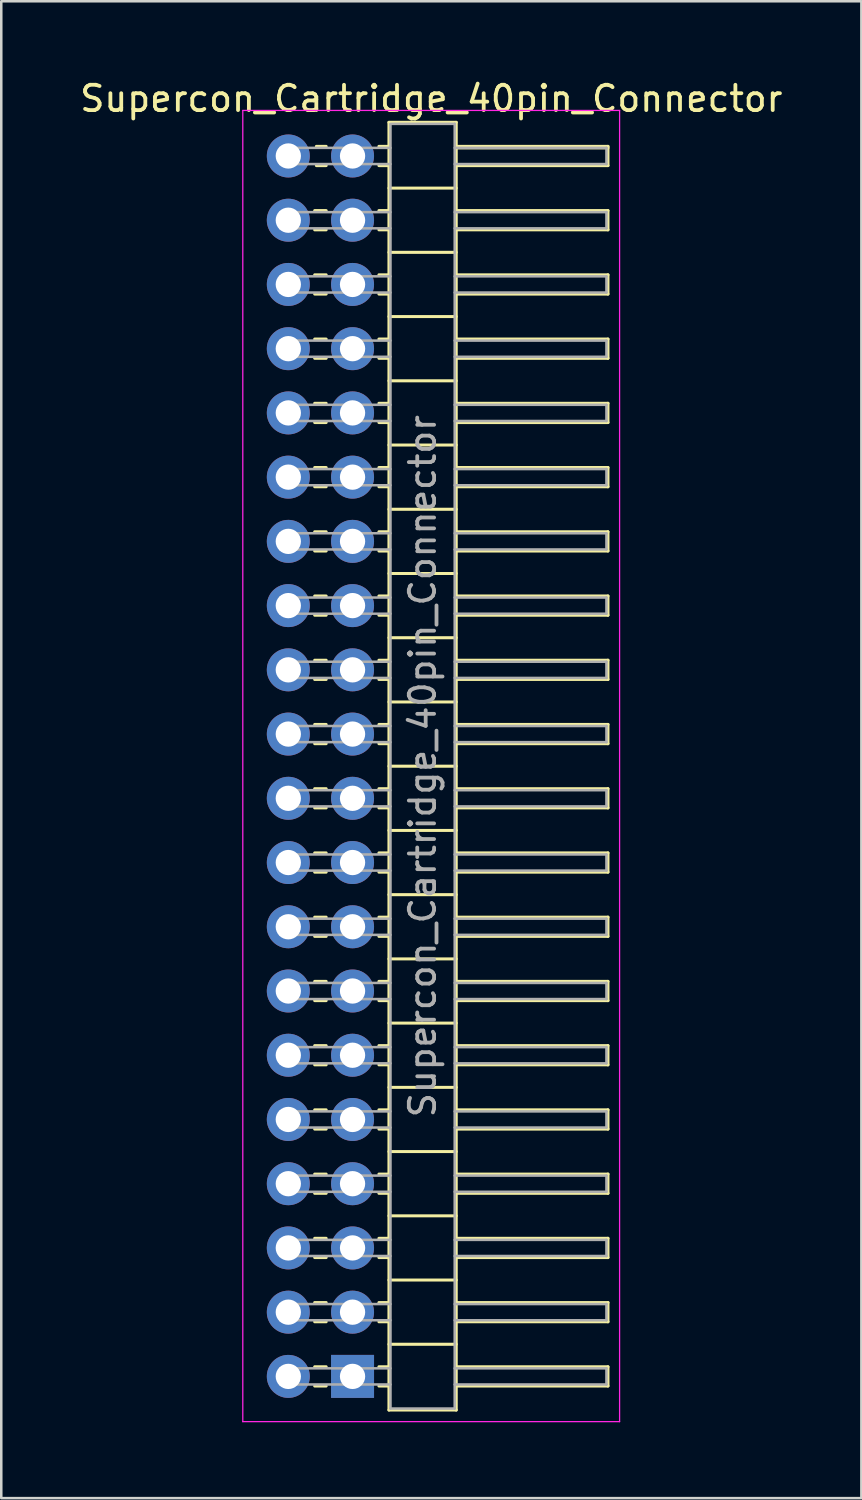
<source format=kicad_pcb>
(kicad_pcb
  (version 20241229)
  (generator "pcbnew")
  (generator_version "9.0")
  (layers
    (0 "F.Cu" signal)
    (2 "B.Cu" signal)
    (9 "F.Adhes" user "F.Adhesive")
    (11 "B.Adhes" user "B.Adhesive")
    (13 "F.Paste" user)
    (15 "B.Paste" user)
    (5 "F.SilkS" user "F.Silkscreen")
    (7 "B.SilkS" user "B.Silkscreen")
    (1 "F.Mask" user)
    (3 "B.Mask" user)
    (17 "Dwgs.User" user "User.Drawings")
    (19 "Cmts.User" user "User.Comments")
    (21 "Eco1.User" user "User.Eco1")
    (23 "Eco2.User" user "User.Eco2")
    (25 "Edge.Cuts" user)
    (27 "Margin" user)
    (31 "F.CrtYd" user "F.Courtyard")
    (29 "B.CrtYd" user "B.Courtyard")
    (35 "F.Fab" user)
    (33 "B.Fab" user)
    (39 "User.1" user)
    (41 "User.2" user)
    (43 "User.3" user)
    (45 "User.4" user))
  (footprint "Supercon_Cartridge_40pin_Connector"
    (layer "F.Cu")
    (at 8.351 3.118)
    (property "Reference" "Supercon_Cartridge_40pin_Connector" (at 5.655 -2.27 0) (layer "F.SilkS") (effects (font (size 1 1) (thickness 0.15))))
    (attr through_hole)
    (fp_line (start 1.043 2.16) (end 1.497 2.16) (stroke (width 0.12) (type solid)) (layer "F.SilkS"))
    (fp_line (start 1.043 2.92) (end 1.497 2.92) (stroke (width 0.12) (type solid)) (layer "F.SilkS"))
    (fp_line (start 1.043 4.7) (end 1.497 4.7) (stroke (width 0.12) (type solid)) (layer "F.SilkS"))
    (fp_line (start 1.043 5.46) (end 1.497 5.46) (stroke (width 0.12) (type solid)) (layer "F.SilkS"))
    (fp_line (start 1.043 7.24) (end 1.497 7.24) (stroke (width 0.12) (type solid)) (layer "F.SilkS"))
    (fp_line (start 1.043 8) (end 1.497 8) (stroke (width 0.12) (type solid)) (layer "F.SilkS"))
    (fp_line (start 1.043 9.78) (end 1.497 9.78) (stroke (width 0.12) (type solid)) (layer "F.SilkS"))
    (fp_line (start 1.043 10.54) (end 1.497 10.54) (stroke (width 0.12) (type solid)) (layer "F.SilkS"))
    (fp_line (start 1.043 12.32) (end 1.497 12.32) (stroke (width 0.12) (type solid)) (layer "F.SilkS"))
    (fp_line (start 1.043 13.08) (end 1.497 13.08) (stroke (width 0.12) (type solid)) (layer "F.SilkS"))
    (fp_line (start 1.043 14.86) (end 1.497 14.86) (stroke (width 0.12) (type solid)) (layer "F.SilkS"))
    (fp_line (start 1.043 15.62) (end 1.497 15.62) (stroke (width 0.12) (type solid)) (layer "F.SilkS"))
    (fp_line (start 1.043 17.4) (end 1.497 17.4) (stroke (width 0.12) (type solid)) (layer "F.SilkS"))
    (fp_line (start 1.043 18.16) (end 1.497 18.16) (stroke (width 0.12) (type solid)) (layer "F.SilkS"))
    (fp_line (start 1.043 19.94) (end 1.497 19.94) (stroke (width 0.12) (type solid)) (layer "F.SilkS"))
    (fp_line (start 1.043 20.7) (end 1.497 20.7) (stroke (width 0.12) (type solid)) (layer "F.SilkS"))
    (fp_line (start 1.043 22.48) (end 1.497 22.48) (stroke (width 0.12) (type solid)) (layer "F.SilkS"))
    (fp_line (start 1.043 23.24) (end 1.497 23.24) (stroke (width 0.12) (type solid)) (layer "F.SilkS"))
    (fp_line (start 1.043 25.02) (end 1.497 25.02) (stroke (width 0.12) (type solid)) (layer "F.SilkS"))
    (fp_line (start 1.043 25.78) (end 1.497 25.78) (stroke (width 0.12) (type solid)) (layer "F.SilkS"))
    (fp_line (start 1.043 27.56) (end 1.497 27.56) (stroke (width 0.12) (type solid)) (layer "F.SilkS"))
    (fp_line (start 1.043 28.32) (end 1.497 28.32) (stroke (width 0.12) (type solid)) (layer "F.SilkS"))
    (fp_line (start 1.043 30.1) (end 1.497 30.1) (stroke (width 0.12) (type solid)) (layer "F.SilkS"))
    (fp_line (start 1.043 30.86) (end 1.497 30.86) (stroke (width 0.12) (type solid)) (layer "F.SilkS"))
    (fp_line (start 1.043 32.64) (end 1.497 32.64) (stroke (width 0.12) (type solid)) (layer "F.SilkS"))
    (fp_line (start 1.043 33.4) (end 1.497 33.4) (stroke (width 0.12) (type solid)) (layer "F.SilkS"))
    (fp_line (start 1.043 35.18) (end 1.497 35.18) (stroke (width 0.12) (type solid)) (layer "F.SilkS"))
    (fp_line (start 1.043 35.94) (end 1.497 35.94) (stroke (width 0.12) (type solid)) (layer "F.SilkS"))
    (fp_line (start 1.043 37.72) (end 1.497 37.72) (stroke (width 0.12) (type solid)) (layer "F.SilkS"))
    (fp_line (start 1.043 38.48) (end 1.497 38.48) (stroke (width 0.12) (type solid)) (layer "F.SilkS"))
    (fp_line (start 1.043 40.26) (end 1.497 40.26) (stroke (width 0.12) (type solid)) (layer "F.SilkS"))
    (fp_line (start 1.043 41.02) (end 1.497 41.02) (stroke (width 0.12) (type solid)) (layer "F.SilkS"))
    (fp_line (start 1.043 42.8) (end 1.497 42.8) (stroke (width 0.12) (type solid)) (layer "F.SilkS"))
    (fp_line (start 1.043 43.56) (end 1.497 43.56) (stroke (width 0.12) (type solid)) (layer "F.SilkS"))
    (fp_line (start 1.043 45.34) (end 1.497 45.34) (stroke (width 0.12) (type solid)) (layer "F.SilkS"))
    (fp_line (start 1.043 46.1) (end 1.497 46.1) (stroke (width 0.12) (type solid)) (layer "F.SilkS"))
    (fp_line (start 1.043 47.88) (end 1.497 47.88) (stroke (width 0.12) (type solid)) (layer "F.SilkS"))
    (fp_line (start 1.043 48.64) (end 1.497 48.64) (stroke (width 0.12) (type solid)) (layer "F.SilkS"))
    (fp_line (start 1.11 -0.38) (end 1.497 -0.38) (stroke (width 0.12) (type solid)) (layer "F.SilkS"))
    (fp_line (start 1.11 0.38) (end 1.497 0.38) (stroke (width 0.12) (type solid)) (layer "F.SilkS"))
    (fp_line (start 3.583 -0.38) (end 3.98 -0.38) (stroke (width 0.12) (type solid)) (layer "F.SilkS"))
    (fp_line (start 3.583 0.38) (end 3.98 0.38) (stroke (width 0.12) (type solid)) (layer "F.SilkS"))
    (fp_line (start 3.583 2.16) (end 3.98 2.16) (stroke (width 0.12) (type solid)) (layer "F.SilkS"))
    (fp_line (start 3.583 2.92) (end 3.98 2.92) (stroke (width 0.12) (type solid)) (layer "F.SilkS"))
    (fp_line (start 3.583 4.7) (end 3.98 4.7) (stroke (width 0.12) (type solid)) (layer "F.SilkS"))
    (fp_line (start 3.583 5.46) (end 3.98 5.46) (stroke (width 0.12) (type solid)) (layer "F.SilkS"))
    (fp_line (start 3.583 7.24) (end 3.98 7.24) (stroke (width 0.12) (type solid)) (layer "F.SilkS"))
    (fp_line (start 3.583 8) (end 3.98 8) (stroke (width 0.12) (type solid)) (layer "F.SilkS"))
    (fp_line (start 3.583 9.78) (end 3.98 9.78) (stroke (width 0.12) (type solid)) (layer "F.SilkS"))
    (fp_line (start 3.583 10.54) (end 3.98 10.54) (stroke (width 0.12) (type solid)) (layer "F.SilkS"))
    (fp_line (start 3.583 12.32) (end 3.98 12.32) (stroke (width 0.12) (type solid)) (layer "F.SilkS"))
    (fp_line (start 3.583 13.08) (end 3.98 13.08) (stroke (width 0.12) (type solid)) (layer "F.SilkS"))
    (fp_line (start 3.583 14.86) (end 3.98 14.86) (stroke (width 0.12) (type solid)) (layer "F.SilkS"))
    (fp_line (start 3.583 15.62) (end 3.98 15.62) (stroke (width 0.12) (type solid)) (layer "F.SilkS"))
    (fp_line (start 3.583 17.4) (end 3.98 17.4) (stroke (width 0.12) (type solid)) (layer "F.SilkS"))
    (fp_line (start 3.583 18.16) (end 3.98 18.16) (stroke (width 0.12) (type solid)) (layer "F.SilkS"))
    (fp_line (start 3.583 19.94) (end 3.98 19.94) (stroke (width 0.12) (type solid)) (layer "F.SilkS"))
    (fp_line (start 3.583 20.7) (end 3.98 20.7) (stroke (width 0.12) (type solid)) (layer "F.SilkS"))
    (fp_line (start 3.583 22.48) (end 3.98 22.48) (stroke (width 0.12) (type solid)) (layer "F.SilkS"))
    (fp_line (start 3.583 23.24) (end 3.98 23.24) (stroke (width 0.12) (type solid)) (layer "F.SilkS"))
    (fp_line (start 3.583 25.02) (end 3.98 25.02) (stroke (width 0.12) (type solid)) (layer "F.SilkS"))
    (fp_line (start 3.583 25.78) (end 3.98 25.78) (stroke (width 0.12) (type solid)) (layer "F.SilkS"))
    (fp_line (start 3.583 27.56) (end 3.98 27.56) (stroke (width 0.12) (type solid)) (layer "F.SilkS"))
    (fp_line (start 3.583 28.32) (end 3.98 28.32) (stroke (width 0.12) (type solid)) (layer "F.SilkS"))
    (fp_line (start 3.583 30.1) (end 3.98 30.1) (stroke (width 0.12) (type solid)) (layer "F.SilkS"))
    (fp_line (start 3.583 30.86) (end 3.98 30.86) (stroke (width 0.12) (type solid)) (layer "F.SilkS"))
    (fp_line (start 3.583 32.64) (end 3.98 32.64) (stroke (width 0.12) (type solid)) (layer "F.SilkS"))
    (fp_line (start 3.583 33.4) (end 3.98 33.4) (stroke (width 0.12) (type solid)) (layer "F.SilkS"))
    (fp_line (start 3.583 35.18) (end 3.98 35.18) (stroke (width 0.12) (type solid)) (layer "F.SilkS"))
    (fp_line (start 3.583 35.94) (end 3.98 35.94) (stroke (width 0.12) (type solid)) (layer "F.SilkS"))
    (fp_line (start 3.583 37.72) (end 3.98 37.72) (stroke (width 0.12) (type solid)) (layer "F.SilkS"))
    (fp_line (start 3.583 38.48) (end 3.98 38.48) (stroke (width 0.12) (type solid)) (layer "F.SilkS"))
    (fp_line (start 3.583 40.26) (end 3.98 40.26) (stroke (width 0.12) (type solid)) (layer "F.SilkS"))
    (fp_line (start 3.583 41.02) (end 3.98 41.02) (stroke (width 0.12) (type solid)) (layer "F.SilkS"))
    (fp_line (start 3.583 42.8) (end 3.98 42.8) (stroke (width 0.12) (type solid)) (layer "F.SilkS"))
    (fp_line (start 3.583 43.56) (end 3.98 43.56) (stroke (width 0.12) (type solid)) (layer "F.SilkS"))
    (fp_line (start 3.583 45.34) (end 3.98 45.34) (stroke (width 0.12) (type solid)) (layer "F.SilkS"))
    (fp_line (start 3.583 46.1) (end 3.98 46.1) (stroke (width 0.12) (type solid)) (layer "F.SilkS"))
    (fp_line (start 3.583 47.88) (end 3.98 47.88) (stroke (width 0.12) (type solid)) (layer "F.SilkS"))
    (fp_line (start 3.583 48.64) (end 3.98 48.64) (stroke (width 0.12) (type solid)) (layer "F.SilkS"))
    (fp_line (start 3.98 -1.33) (end 3.98 49.59) (stroke (width 0.12) (type solid)) (layer "F.SilkS"))
    (fp_line (start 3.98 1.27) (end 6.64 1.27) (stroke (width 0.12) (type solid)) (layer "F.SilkS"))
    (fp_line (start 3.98 3.81) (end 6.64 3.81) (stroke (width 0.12) (type solid)) (layer "F.SilkS"))
    (fp_line (start 3.98 6.35) (end 6.64 6.35) (stroke (width 0.12) (type solid)) (layer "F.SilkS"))
    (fp_line (start 3.98 8.89) (end 6.64 8.89) (stroke (width 0.12) (type solid)) (layer "F.SilkS"))
    (fp_line (start 3.98 11.43) (end 6.64 11.43) (stroke (width 0.12) (type solid)) (layer "F.SilkS"))
    (fp_line (start 3.98 13.97) (end 6.64 13.97) (stroke (width 0.12) (type solid)) (layer "F.SilkS"))
    (fp_line (start 3.98 16.51) (end 6.64 16.51) (stroke (width 0.12) (type solid)) (layer "F.SilkS"))
    (fp_line (start 3.98 19.05) (end 6.64 19.05) (stroke (width 0.12) (type solid)) (layer "F.SilkS"))
    (fp_line (start 3.98 21.59) (end 6.64 21.59) (stroke (width 0.12) (type solid)) (layer "F.SilkS"))
    (fp_line (start 3.98 24.13) (end 6.64 24.13) (stroke (width 0.12) (type solid)) (layer "F.SilkS"))
    (fp_line (start 3.98 26.67) (end 6.64 26.67) (stroke (width 0.12) (type solid)) (layer "F.SilkS"))
    (fp_line (start 3.98 29.21) (end 6.64 29.21) (stroke (width 0.12) (type solid)) (layer "F.SilkS"))
    (fp_line (start 3.98 31.75) (end 6.64 31.75) (stroke (width 0.12) (type solid)) (layer "F.SilkS"))
    (fp_line (start 3.98 34.29) (end 6.64 34.29) (stroke (width 0.12) (type solid)) (layer "F.SilkS"))
    (fp_line (start 3.98 36.83) (end 6.64 36.83) (stroke (width 0.12) (type solid)) (layer "F.SilkS"))
    (fp_line (start 3.98 39.37) (end 6.64 39.37) (stroke (width 0.12) (type solid)) (layer "F.SilkS"))
    (fp_line (start 3.98 41.91) (end 6.64 41.91) (stroke (width 0.12) (type solid)) (layer "F.SilkS"))
    (fp_line (start 3.98 44.45) (end 6.64 44.45) (stroke (width 0.12) (type solid)) (layer "F.SilkS"))
    (fp_line (start 3.98 46.99) (end 6.64 46.99) (stroke (width 0.12) (type solid)) (layer "F.SilkS"))
    (fp_line (start 3.98 49.59) (end 6.64 49.59) (stroke (width 0.12) (type solid)) (layer "F.SilkS"))
    (fp_line (start 6.64 -1.33) (end 3.98 -1.33) (stroke (width 0.12) (type solid)) (layer "F.SilkS"))
    (fp_line (start 6.64 -0.38) (end 12.64 -0.38) (stroke (width 0.12) (type solid)) (layer "F.SilkS"))
    (fp_line (start 6.64 -0.32) (end 12.64 -0.32) (stroke (width 0.12) (type solid)) (layer "F.SilkS"))
    (fp_line (start 6.64 2.16) (end 12.64 2.16) (stroke (width 0.12) (type solid)) (layer "F.SilkS"))
    (fp_line (start 6.64 4.7) (end 12.64 4.7) (stroke (width 0.12) (type solid)) (layer "F.SilkS"))
    (fp_line (start 6.64 7.24) (end 12.64 7.24) (stroke (width 0.12) (type solid)) (layer "F.SilkS"))
    (fp_line (start 6.64 9.78) (end 12.64 9.78) (stroke (width 0.12) (type solid)) (layer "F.SilkS"))
    (fp_line (start 6.64 12.32) (end 12.64 12.32) (stroke (width 0.12) (type solid)) (layer "F.SilkS"))
    (fp_line (start 6.64 14.86) (end 12.64 14.86) (stroke (width 0.12) (type solid)) (layer "F.SilkS"))
    (fp_line (start 6.64 17.4) (end 12.64 17.4) (stroke (width 0.12) (type solid)) (layer "F.SilkS"))
    (fp_line (start 6.64 19.94) (end 12.64 19.94) (stroke (width 0.12) (type solid)) (layer "F.SilkS"))
    (fp_line (start 6.64 22.48) (end 12.64 22.48) (stroke (width 0.12) (type solid)) (layer "F.SilkS"))
    (fp_line (start 6.64 25.02) (end 12.64 25.02) (stroke (width 0.12) (type solid)) (layer "F.SilkS"))
    (fp_line (start 6.64 27.56) (end 12.64 27.56) (stroke (width 0.12) (type solid)) (layer "F.SilkS"))
    (fp_line (start 6.64 30.1) (end 12.64 30.1) (stroke (width 0.12) (type solid)) (layer "F.SilkS"))
    (fp_line (start 6.64 32.64) (end 12.64 32.64) (stroke (width 0.12) (type solid)) (layer "F.SilkS"))
    (fp_line (start 6.64 35.18) (end 12.64 35.18) (stroke (width 0.12) (type solid)) (layer "F.SilkS"))
    (fp_line (start 6.64 37.72) (end 12.64 37.72) (stroke (width 0.12) (type solid)) (layer "F.SilkS"))
    (fp_line (start 6.64 40.26) (end 12.64 40.26) (stroke (width 0.12) (type solid)) (layer "F.SilkS"))
    (fp_line (start 6.64 42.8) (end 12.64 42.8) (stroke (width 0.12) (type solid)) (layer "F.SilkS"))
    (fp_line (start 6.64 45.34) (end 12.64 45.34) (stroke (width 0.12) (type solid)) (layer "F.SilkS"))
    (fp_line (start 6.64 47.88) (end 12.64 47.88) (stroke (width 0.12) (type solid)) (layer "F.SilkS"))
    (fp_line (start 6.64 49.59) (end 6.64 -1.33) (stroke (width 0.12) (type solid)) (layer "F.SilkS"))
    (fp_line (start 12.64 -0.38) (end 12.64 0.38) (stroke (width 0.12) (type solid)) (layer "F.SilkS"))
    (fp_line (start 12.64 0.38) (end 6.64 0.38) (stroke (width 0.12) (type solid)) (layer "F.SilkS"))
    (fp_line (start 12.64 2.16) (end 12.64 2.92) (stroke (width 0.12) (type solid)) (layer "F.SilkS"))
    (fp_line (start 12.64 2.92) (end 6.64 2.92) (stroke (width 0.12) (type solid)) (layer "F.SilkS"))
    (fp_line (start 12.64 4.7) (end 12.64 5.46) (stroke (width 0.12) (type solid)) (layer "F.SilkS"))
    (fp_line (start 12.64 5.46) (end 6.64 5.46) (stroke (width 0.12) (type solid)) (layer "F.SilkS"))
    (fp_line (start 12.64 7.24) (end 12.64 8) (stroke (width 0.12) (type solid)) (layer "F.SilkS"))
    (fp_line (start 12.64 8) (end 6.64 8) (stroke (width 0.12) (type solid)) (layer "F.SilkS"))
    (fp_line (start 12.64 9.78) (end 12.64 10.54) (stroke (width 0.12) (type solid)) (layer "F.SilkS"))
    (fp_line (start 12.64 10.54) (end 6.64 10.54) (stroke (width 0.12) (type solid)) (layer "F.SilkS"))
    (fp_line (start 12.64 12.32) (end 12.64 13.08) (stroke (width 0.12) (type solid)) (layer "F.SilkS"))
    (fp_line (start 12.64 13.08) (end 6.64 13.08) (stroke (width 0.12) (type solid)) (layer "F.SilkS"))
    (fp_line (start 12.64 14.86) (end 12.64 15.62) (stroke (width 0.12) (type solid)) (layer "F.SilkS"))
    (fp_line (start 12.64 15.62) (end 6.64 15.62) (stroke (width 0.12) (type solid)) (layer "F.SilkS"))
    (fp_line (start 12.64 17.4) (end 12.64 18.16) (stroke (width 0.12) (type solid)) (layer "F.SilkS"))
    (fp_line (start 12.64 18.16) (end 6.64 18.16) (stroke (width 0.12) (type solid)) (layer "F.SilkS"))
    (fp_line (start 12.64 19.94) (end 12.64 20.7) (stroke (width 0.12) (type solid)) (layer "F.SilkS"))
    (fp_line (start 12.64 20.7) (end 6.64 20.7) (stroke (width 0.12) (type solid)) (layer "F.SilkS"))
    (fp_line (start 12.64 22.48) (end 12.64 23.24) (stroke (width 0.12) (type solid)) (layer "F.SilkS"))
    (fp_line (start 12.64 23.24) (end 6.64 23.24) (stroke (width 0.12) (type solid)) (layer "F.SilkS"))
    (fp_line (start 12.64 25.02) (end 12.64 25.78) (stroke (width 0.12) (type solid)) (layer "F.SilkS"))
    (fp_line (start 12.64 25.78) (end 6.64 25.78) (stroke (width 0.12) (type solid)) (layer "F.SilkS"))
    (fp_line (start 12.64 27.56) (end 12.64 28.32) (stroke (width 0.12) (type solid)) (layer "F.SilkS"))
    (fp_line (start 12.64 28.32) (end 6.64 28.32) (stroke (width 0.12) (type solid)) (layer "F.SilkS"))
    (fp_line (start 12.64 30.1) (end 12.64 30.86) (stroke (width 0.12) (type solid)) (layer "F.SilkS"))
    (fp_line (start 12.64 30.86) (end 6.64 30.86) (stroke (width 0.12) (type solid)) (layer "F.SilkS"))
    (fp_line (start 12.64 32.64) (end 12.64 33.4) (stroke (width 0.12) (type solid)) (layer "F.SilkS"))
    (fp_line (start 12.64 33.4) (end 6.64 33.4) (stroke (width 0.12) (type solid)) (layer "F.SilkS"))
    (fp_line (start 12.64 35.18) (end 12.64 35.94) (stroke (width 0.12) (type solid)) (layer "F.SilkS"))
    (fp_line (start 12.64 35.94) (end 6.64 35.94) (stroke (width 0.12) (type solid)) (layer "F.SilkS"))
    (fp_line (start 12.64 37.72) (end 12.64 38.48) (stroke (width 0.12) (type solid)) (layer "F.SilkS"))
    (fp_line (start 12.64 38.48) (end 6.64 38.48) (stroke (width 0.12) (type solid)) (layer "F.SilkS"))
    (fp_line (start 12.64 40.26) (end 12.64 41.02) (stroke (width 0.12) (type solid)) (layer "F.SilkS"))
    (fp_line (start 12.64 41.02) (end 6.64 41.02) (stroke (width 0.12) (type solid)) (layer "F.SilkS"))
    (fp_line (start 12.64 42.8) (end 12.64 43.56) (stroke (width 0.12) (type solid)) (layer "F.SilkS"))
    (fp_line (start 12.64 43.56) (end 6.64 43.56) (stroke (width 0.12) (type solid)) (layer "F.SilkS"))
    (fp_line (start 12.64 45.34) (end 12.64 46.1) (stroke (width 0.12) (type solid)) (layer "F.SilkS"))
    (fp_line (start 12.64 46.1) (end 6.64 46.1) (stroke (width 0.12) (type solid)) (layer "F.SilkS"))
    (fp_line (start 12.64 47.88) (end 12.64 48.64) (stroke (width 0.12) (type solid)) (layer "F.SilkS"))
    (fp_line (start 12.64 48.64) (end 6.64 48.64) (stroke (width 0.12) (type solid)) (layer "F.SilkS"))
    (fp_line (start -1.8 -1.8) (end -1.8 50.05) (stroke (width 0.05) (type solid)) (layer "F.CrtYd"))
    (fp_line (start -1.8 50.05) (end 13.1 50.05) (stroke (width 0.05) (type solid)) (layer "F.CrtYd"))
    (fp_line (start 13.1 -1.8) (end -1.8 -1.8) (stroke (width 0.05) (type solid)) (layer "F.CrtYd"))
    (fp_line (start 13.1 50.05) (end 13.1 -1.8) (stroke (width 0.05) (type solid)) (layer "F.CrtYd"))
    (fp_line (start -0.32 -0.32) (end -0.32 0.32) (stroke (width 0.1) (type solid)) (layer "F.Fab"))
    (fp_line (start -0.32 -0.32) (end 4.04 -0.32) (stroke (width 0.1) (type solid)) (layer "F.Fab"))
    (fp_line (start -0.32 0.32) (end 4.04 0.32) (stroke (width 0.1) (type solid)) (layer "F.Fab"))
    (fp_line (start -0.32 2.22) (end -0.32 2.86) (stroke (width 0.1) (type solid)) (layer "F.Fab"))
    (fp_line (start -0.32 2.22) (end 4.04 2.22) (stroke (width 0.1) (type solid)) (layer "F.Fab"))
    (fp_line (start -0.32 2.86) (end 4.04 2.86) (stroke (width 0.1) (type solid)) (layer "F.Fab"))
    (fp_line (start -0.32 4.76) (end -0.32 5.4) (stroke (width 0.1) (type solid)) (layer "F.Fab"))
    (fp_line (start -0.32 4.76) (end 4.04 4.76) (stroke (width 0.1) (type solid)) (layer "F.Fab"))
    (fp_line (start -0.32 5.4) (end 4.04 5.4) (stroke (width 0.1) (type solid)) (layer "F.Fab"))
    (fp_line (start -0.32 7.3) (end -0.32 7.94) (stroke (width 0.1) (type solid)) (layer "F.Fab"))
    (fp_line (start -0.32 7.3) (end 4.04 7.3) (stroke (width 0.1) (type solid)) (layer "F.Fab"))
    (fp_line (start -0.32 7.94) (end 4.04 7.94) (stroke (width 0.1) (type solid)) (layer "F.Fab"))
    (fp_line (start -0.32 9.84) (end -0.32 10.48) (stroke (width 0.1) (type solid)) (layer "F.Fab"))
    (fp_line (start -0.32 9.84) (end 4.04 9.84) (stroke (width 0.1) (type solid)) (layer "F.Fab"))
    (fp_line (start -0.32 10.48) (end 4.04 10.48) (stroke (width 0.1) (type solid)) (layer "F.Fab"))
    (fp_line (start -0.32 12.38) (end -0.32 13.02) (stroke (width 0.1) (type solid)) (layer "F.Fab"))
    (fp_line (start -0.32 12.38) (end 4.04 12.38) (stroke (width 0.1) (type solid)) (layer "F.Fab"))
    (fp_line (start -0.32 13.02) (end 4.04 13.02) (stroke (width 0.1) (type solid)) (layer "F.Fab"))
    (fp_line (start -0.32 14.92) (end -0.32 15.56) (stroke (width 0.1) (type solid)) (layer "F.Fab"))
    (fp_line (start -0.32 14.92) (end 4.04 14.92) (stroke (width 0.1) (type solid)) (layer "F.Fab"))
    (fp_line (start -0.32 15.56) (end 4.04 15.56) (stroke (width 0.1) (type solid)) (layer "F.Fab"))
    (fp_line (start -0.32 17.46) (end -0.32 18.1) (stroke (width 0.1) (type solid)) (layer "F.Fab"))
    (fp_line (start -0.32 17.46) (end 4.04 17.46) (stroke (width 0.1) (type solid)) (layer "F.Fab"))
    (fp_line (start -0.32 18.1) (end 4.04 18.1) (stroke (width 0.1) (type solid)) (layer "F.Fab"))
    (fp_line (start -0.32 20) (end -0.32 20.64) (stroke (width 0.1) (type solid)) (layer "F.Fab"))
    (fp_line (start -0.32 20) (end 4.04 20) (stroke (width 0.1) (type solid)) (layer "F.Fab"))
    (fp_line (start -0.32 20.64) (end 4.04 20.64) (stroke (width 0.1) (type solid)) (layer "F.Fab"))
    (fp_line (start -0.32 22.54) (end -0.32 23.18) (stroke (width 0.1) (type solid)) (layer "F.Fab"))
    (fp_line (start -0.32 22.54) (end 4.04 22.54) (stroke (width 0.1) (type solid)) (layer "F.Fab"))
    (fp_line (start -0.32 23.18) (end 4.04 23.18) (stroke (width 0.1) (type solid)) (layer "F.Fab"))
    (fp_line (start -0.32 25.08) (end -0.32 25.72) (stroke (width 0.1) (type solid)) (layer "F.Fab"))
    (fp_line (start -0.32 25.08) (end 4.04 25.08) (stroke (width 0.1) (type solid)) (layer "F.Fab"))
    (fp_line (start -0.32 25.72) (end 4.04 25.72) (stroke (width 0.1) (type solid)) (layer "F.Fab"))
    (fp_line (start -0.32 27.62) (end -0.32 28.26) (stroke (width 0.1) (type solid)) (layer "F.Fab"))
    (fp_line (start -0.32 27.62) (end 4.04 27.62) (stroke (width 0.1) (type solid)) (layer "F.Fab"))
    (fp_line (start -0.32 28.26) (end 4.04 28.26) (stroke (width 0.1) (type solid)) (layer "F.Fab"))
    (fp_line (start -0.32 30.16) (end -0.32 30.8) (stroke (width 0.1) (type solid)) (layer "F.Fab"))
    (fp_line (start -0.32 30.16) (end 4.04 30.16) (stroke (width 0.1) (type solid)) (layer "F.Fab"))
    (fp_line (start -0.32 30.8) (end 4.04 30.8) (stroke (width 0.1) (type solid)) (layer "F.Fab"))
    (fp_line (start -0.32 32.7) (end -0.32 33.34) (stroke (width 0.1) (type solid)) (layer "F.Fab"))
    (fp_line (start -0.32 32.7) (end 4.04 32.7) (stroke (width 0.1) (type solid)) (layer "F.Fab"))
    (fp_line (start -0.32 33.34) (end 4.04 33.34) (stroke (width 0.1) (type solid)) (layer "F.Fab"))
    (fp_line (start -0.32 35.24) (end -0.32 35.88) (stroke (width 0.1) (type solid)) (layer "F.Fab"))
    (fp_line (start -0.32 35.24) (end 4.04 35.24) (stroke (width 0.1) (type solid)) (layer "F.Fab"))
    (fp_line (start -0.32 35.88) (end 4.04 35.88) (stroke (width 0.1) (type solid)) (layer "F.Fab"))
    (fp_line (start -0.32 37.78) (end -0.32 38.42) (stroke (width 0.1) (type solid)) (layer "F.Fab"))
    (fp_line (start -0.32 37.78) (end 4.04 37.78) (stroke (width 0.1) (type solid)) (layer "F.Fab"))
    (fp_line (start -0.32 38.42) (end 4.04 38.42) (stroke (width 0.1) (type solid)) (layer "F.Fab"))
    (fp_line (start -0.32 40.32) (end -0.32 40.96) (stroke (width 0.1) (type solid)) (layer "F.Fab"))
    (fp_line (start -0.32 40.32) (end 4.04 40.32) (stroke (width 0.1) (type solid)) (layer "F.Fab"))
    (fp_line (start -0.32 40.96) (end 4.04 40.96) (stroke (width 0.1) (type solid)) (layer "F.Fab"))
    (fp_line (start -0.32 42.86) (end -0.32 43.5) (stroke (width 0.1) (type solid)) (layer "F.Fab"))
    (fp_line (start -0.32 42.86) (end 4.04 42.86) (stroke (width 0.1) (type solid)) (layer "F.Fab"))
    (fp_line (start -0.32 43.5) (end 4.04 43.5) (stroke (width 0.1) (type solid)) (layer "F.Fab"))
    (fp_line (start -0.32 45.4) (end -0.32 46.04) (stroke (width 0.1) (type solid)) (layer "F.Fab"))
    (fp_line (start -0.32 45.4) (end 4.04 45.4) (stroke (width 0.1) (type solid)) (layer "F.Fab"))
    (fp_line (start -0.32 46.04) (end 4.04 46.04) (stroke (width 0.1) (type solid)) (layer "F.Fab"))
    (fp_line (start -0.32 47.94) (end -0.32 48.58) (stroke (width 0.1) (type solid)) (layer "F.Fab"))
    (fp_line (start -0.32 47.94) (end 4.04 47.94) (stroke (width 0.1) (type solid)) (layer "F.Fab"))
    (fp_line (start -0.32 48.58) (end 4.04 48.58) (stroke (width 0.1) (type solid)) (layer "F.Fab"))
    (fp_line (start 4.04 49.53) (end 4.04 -1.257) (stroke (width 0.1) (type solid)) (layer "F.Fab"))
    (fp_line (start 4.051 -1.27) (end 6.58 -1.27) (stroke (width 0.1) (type solid)) (layer "F.Fab"))
    (fp_line (start 6.58 -1.27) (end 6.58 49.53) (stroke (width 0.1) (type solid)) (layer "F.Fab"))
    (fp_line (start 6.58 -0.32) (end 12.58 -0.32) (stroke (width 0.1) (type solid)) (layer "F.Fab"))
    (fp_line (start 6.58 0.32) (end 12.58 0.32) (stroke (width 0.1) (type solid)) (layer "F.Fab"))
    (fp_line (start 6.58 2.22) (end 12.58 2.22) (stroke (width 0.1) (type solid)) (layer "F.Fab"))
    (fp_line (start 6.58 2.86) (end 12.58 2.86) (stroke (width 0.1) (type solid)) (layer "F.Fab"))
    (fp_line (start 6.58 4.76) (end 12.58 4.76) (stroke (width 0.1) (type solid)) (layer "F.Fab"))
    (fp_line (start 6.58 5.4) (end 12.58 5.4) (stroke (width 0.1) (type solid)) (layer "F.Fab"))
    (fp_line (start 6.58 7.3) (end 12.58 7.3) (stroke (width 0.1) (type solid)) (layer "F.Fab"))
    (fp_line (start 6.58 7.94) (end 12.58 7.94) (stroke (width 0.1) (type solid)) (layer "F.Fab"))
    (fp_line (start 6.58 9.84) (end 12.58 9.84) (stroke (width 0.1) (type solid)) (layer "F.Fab"))
    (fp_line (start 6.58 10.48) (end 12.58 10.48) (stroke (width 0.1) (type solid)) (layer "F.Fab"))
    (fp_line (start 6.58 12.38) (end 12.58 12.38) (stroke (width 0.1) (type solid)) (layer "F.Fab"))
    (fp_line (start 6.58 13.02) (end 12.58 13.02) (stroke (width 0.1) (type solid)) (layer "F.Fab"))
    (fp_line (start 6.58 14.92) (end 12.58 14.92) (stroke (width 0.1) (type solid)) (layer "F.Fab"))
    (fp_line (start 6.58 15.56) (end 12.58 15.56) (stroke (width 0.1) (type solid)) (layer "F.Fab"))
    (fp_line (start 6.58 17.46) (end 12.58 17.46) (stroke (width 0.1) (type solid)) (layer "F.Fab"))
    (fp_line (start 6.58 18.1) (end 12.58 18.1) (stroke (width 0.1) (type solid)) (layer "F.Fab"))
    (fp_line (start 6.58 20) (end 12.58 20) (stroke (width 0.1) (type solid)) (layer "F.Fab"))
    (fp_line (start 6.58 20.64) (end 12.58 20.64) (stroke (width 0.1) (type solid)) (layer "F.Fab"))
    (fp_line (start 6.58 22.54) (end 12.58 22.54) (stroke (width 0.1) (type solid)) (layer "F.Fab"))
    (fp_line (start 6.58 23.18) (end 12.58 23.18) (stroke (width 0.1) (type solid)) (layer "F.Fab"))
    (fp_line (start 6.58 25.08) (end 12.58 25.08) (stroke (width 0.1) (type solid)) (layer "F.Fab"))
    (fp_line (start 6.58 25.72) (end 12.58 25.72) (stroke (width 0.1) (type solid)) (layer "F.Fab"))
    (fp_line (start 6.58 27.62) (end 12.58 27.62) (stroke (width 0.1) (type solid)) (layer "F.Fab"))
    (fp_line (start 6.58 28.26) (end 12.58 28.26) (stroke (width 0.1) (type solid)) (layer "F.Fab"))
    (fp_line (start 6.58 30.16) (end 12.58 30.16) (stroke (width 0.1) (type solid)) (layer "F.Fab"))
    (fp_line (start 6.58 30.8) (end 12.58 30.8) (stroke (width 0.1) (type solid)) (layer "F.Fab"))
    (fp_line (start 6.58 32.7) (end 12.58 32.7) (stroke (width 0.1) (type solid)) (layer "F.Fab"))
    (fp_line (start 6.58 33.34) (end 12.58 33.34) (stroke (width 0.1) (type solid)) (layer "F.Fab"))
    (fp_line (start 6.58 35.24) (end 12.58 35.24) (stroke (width 0.1) (type solid)) (layer "F.Fab"))
    (fp_line (start 6.58 35.88) (end 12.58 35.88) (stroke (width 0.1) (type solid)) (layer "F.Fab"))
    (fp_line (start 6.58 37.78) (end 12.58 37.78) (stroke (width 0.1) (type solid)) (layer "F.Fab"))
    (fp_line (start 6.58 38.42) (end 12.58 38.42) (stroke (width 0.1) (type solid)) (layer "F.Fab"))
    (fp_line (start 6.58 40.32) (end 12.58 40.32) (stroke (width 0.1) (type solid)) (layer "F.Fab"))
    (fp_line (start 6.58 40.96) (end 12.58 40.96) (stroke (width 0.1) (type solid)) (layer "F.Fab"))
    (fp_line (start 6.58 42.86) (end 12.58 42.86) (stroke (width 0.1) (type solid)) (layer "F.Fab"))
    (fp_line (start 6.58 43.5) (end 12.58 43.5) (stroke (width 0.1) (type solid)) (layer "F.Fab"))
    (fp_line (start 6.58 45.4) (end 12.58 45.4) (stroke (width 0.1) (type solid)) (layer "F.Fab"))
    (fp_line (start 6.58 46.04) (end 12.58 46.04) (stroke (width 0.1) (type solid)) (layer "F.Fab"))
    (fp_line (start 6.58 47.94) (end 12.58 47.94) (stroke (width 0.1) (type solid)) (layer "F.Fab"))
    (fp_line (start 6.58 48.58) (end 12.58 48.58) (stroke (width 0.1) (type solid)) (layer "F.Fab"))
    (fp_line (start 6.58 49.53) (end 4.04 49.53) (stroke (width 0.1) (type solid)) (layer "F.Fab"))
    (fp_line (start 12.58 -0.32) (end 12.58 0.32) (stroke (width 0.1) (type solid)) (layer "F.Fab"))
    (fp_line (start 12.58 2.22) (end 12.58 2.86) (stroke (width 0.1) (type solid)) (layer "F.Fab"))
    (fp_line (start 12.58 4.76) (end 12.58 5.4) (stroke (width 0.1) (type solid)) (layer "F.Fab"))
    (fp_line (start 12.58 7.3) (end 12.58 7.94) (stroke (width 0.1) (type solid)) (layer "F.Fab"))
    (fp_line (start 12.58 9.84) (end 12.58 10.48) (stroke (width 0.1) (type solid)) (layer "F.Fab"))
    (fp_line (start 12.58 12.38) (end 12.58 13.02) (stroke (width 0.1) (type solid)) (layer "F.Fab"))
    (fp_line (start 12.58 14.92) (end 12.58 15.56) (stroke (width 0.1) (type solid)) (layer "F.Fab"))
    (fp_line (start 12.58 17.46) (end 12.58 18.1) (stroke (width 0.1) (type solid)) (layer "F.Fab"))
    (fp_line (start 12.58 20) (end 12.58 20.64) (stroke (width 0.1) (type solid)) (layer "F.Fab"))
    (fp_line (start 12.58 22.54) (end 12.58 23.18) (stroke (width 0.1) (type solid)) (layer "F.Fab"))
    (fp_line (start 12.58 25.08) (end 12.58 25.72) (stroke (width 0.1) (type solid)) (layer "F.Fab"))
    (fp_line (start 12.58 27.62) (end 12.58 28.26) (stroke (width 0.1) (type solid)) (layer "F.Fab"))
    (fp_line (start 12.58 30.16) (end 12.58 30.8) (stroke (width 0.1) (type solid)) (layer "F.Fab"))
    (fp_line (start 12.58 32.7) (end 12.58 33.34) (stroke (width 0.1) (type solid)) (layer "F.Fab"))
    (fp_line (start 12.58 35.24) (end 12.58 35.88) (stroke (width 0.1) (type solid)) (layer "F.Fab"))
    (fp_line (start 12.58 37.78) (end 12.58 38.42) (stroke (width 0.1) (type solid)) (layer "F.Fab"))
    (fp_line (start 12.58 40.32) (end 12.58 40.96) (stroke (width 0.1) (type solid)) (layer "F.Fab"))
    (fp_line (start 12.58 42.86) (end 12.58 43.5) (stroke (width 0.1) (type solid)) (layer "F.Fab"))
    (fp_line (start 12.58 45.4) (end 12.58 46.04) (stroke (width 0.1) (type solid)) (layer "F.Fab"))
    (fp_line (start 12.58 47.94) (end 12.58 48.58) (stroke (width 0.1) (type solid)) (layer "F.Fab"))
    (fp_text user "${REFERENCE}" (at 5.31 24.13 90) (layer "F.Fab") (effects (font (size 1 1) (thickness 0.15))))
    (pad "1" thru_hole rect (at 2.54 48.26) (size 1.7 1.7) (drill 1) (layers "*.Cu" "*.Mask"))
    (pad "2" thru_hole circle (at 0 48.26) (size 1.7 1.7) (drill 1) (layers "*.Cu" "*.Mask"))
    (pad "3" thru_hole oval (at 2.54 45.72) (size 1.7 1.7) (drill 1) (layers "*.Cu" "*.Mask"))
    (pad "4" thru_hole oval (at 0 45.72) (size 1.7 1.7) (drill 1) (layers "*.Cu" "*.Mask"))
    (pad "5" thru_hole oval (at 2.54 43.18) (size 1.7 1.7) (drill 1) (layers "*.Cu" "*.Mask"))
    (pad "6" thru_hole oval (at 0 43.18) (size 1.7 1.7) (drill 1) (layers "*.Cu" "*.Mask"))
    (pad "7" thru_hole oval (at 2.54 40.64) (size 1.7 1.7) (drill 1) (layers "*.Cu" "*.Mask"))
    (pad "8" thru_hole oval (at 0 40.64) (size 1.7 1.7) (drill 1) (layers "*.Cu" "*.Mask"))
    (pad "9" thru_hole oval (at 2.54 38.1) (size 1.7 1.7) (drill 1) (layers "*.Cu" "*.Mask"))
    (pad "10" thru_hole oval (at 0 38.1) (size 1.7 1.7) (drill 1) (layers "*.Cu" "*.Mask"))
    (pad "11" thru_hole oval (at 2.54 35.56) (size 1.7 1.7) (drill 1) (layers "*.Cu" "*.Mask"))
    (pad "12" thru_hole oval (at 0 35.56) (size 1.7 1.7) (drill 1) (layers "*.Cu" "*.Mask"))
    (pad "13" thru_hole oval (at 2.54 33.02) (size 1.7 1.7) (drill 1) (layers "*.Cu" "*.Mask"))
    (pad "14" thru_hole oval (at 0 33.02) (size 1.7 1.7) (drill 1) (layers "*.Cu" "*.Mask"))
    (pad "15" thru_hole oval (at 2.54 30.48) (size 1.7 1.7) (drill 1) (layers "*.Cu" "*.Mask"))
    (pad "16" thru_hole oval (at 0 30.48) (size 1.7 1.7) (drill 1) (layers "*.Cu" "*.Mask"))
    (pad "17" thru_hole oval (at 2.54 27.94) (size 1.7 1.7) (drill 1) (layers "*.Cu" "*.Mask"))
    (pad "18" thru_hole oval (at 0 27.94) (size 1.7 1.7) (drill 1) (layers "*.Cu" "*.Mask"))
    (pad "19" thru_hole oval (at 2.54 25.4) (size 1.7 1.7) (drill 1) (layers "*.Cu" "*.Mask"))
    (pad "20" thru_hole oval (at 0 25.4) (size 1.7 1.7) (drill 1) (layers "*.Cu" "*.Mask"))
    (pad "21" thru_hole oval (at 2.54 22.86) (size 1.7 1.7) (drill 1) (layers "*.Cu" "*.Mask"))
    (pad "22" thru_hole oval (at 0 22.86) (size 1.7 1.7) (drill 1) (layers "*.Cu" "*.Mask"))
    (pad "23" thru_hole oval (at 2.54 20.32) (size 1.7 1.7) (drill 1) (layers "*.Cu" "*.Mask"))
    (pad "24" thru_hole oval (at 0 20.32) (size 1.7 1.7) (drill 1) (layers "*.Cu" "*.Mask"))
    (pad "25" thru_hole oval (at 2.54 17.78) (size 1.7 1.7) (drill 1) (layers "*.Cu" "*.Mask"))
    (pad "26" thru_hole oval (at 0 17.78) (size 1.7 1.7) (drill 1) (layers "*.Cu" "*.Mask"))
    (pad "27" thru_hole oval (at 2.54 15.24) (size 1.7 1.7) (drill 1) (layers "*.Cu" "*.Mask"))
    (pad "28" thru_hole oval (at 0 15.24) (size 1.7 1.7) (drill 1) (layers "*.Cu" "*.Mask"))
    (pad "29" thru_hole oval (at 2.54 12.7) (size 1.7 1.7) (drill 1) (layers "*.Cu" "*.Mask"))
    (pad "30" thru_hole oval (at 0 12.7) (size 1.7 1.7) (drill 1) (layers "*.Cu" "*.Mask"))
    (pad "31" thru_hole oval (at 2.54 10.16) (size 1.7 1.7) (drill 1) (layers "*.Cu" "*.Mask"))
    (pad "32" thru_hole oval (at 0 10.16) (size 1.7 1.7) (drill 1) (layers "*.Cu" "*.Mask"))
    (pad "33" thru_hole oval (at 2.54 7.62) (size 1.7 1.7) (drill 1) (layers "*.Cu" "*.Mask"))
    (pad "34" thru_hole oval (at 0 7.62) (size 1.7 1.7) (drill 1) (layers "*.Cu" "*.Mask"))
    (pad "35" thru_hole oval (at 2.54 5.08) (size 1.7 1.7) (drill 1) (layers "*.Cu" "*.Mask"))
    (pad "36" thru_hole oval (at 0 5.08) (size 1.7 1.7) (drill 1) (layers "*.Cu" "*.Mask"))
    (pad "37" thru_hole oval (at 2.54 2.54) (size 1.7 1.7) (drill 1) (layers "*.Cu" "*.Mask"))
    (pad "38" thru_hole oval (at 0 2.54) (size 1.7 1.7) (drill 1) (layers "*.Cu" "*.Mask"))
    (pad "39" thru_hole oval (at 2.54 0) (size 1.7 1.7) (drill 1) (layers "*.Cu" "*.Mask"))
    (pad "40" thru_hole circle (at 0 0) (size 1.7 1.7) (drill 1) (layers "*.Cu" "*.Mask")))
  (gr_rect
    (start -3 -3)
    (end 31.012 56.193)
    (stroke (width 0.1) (type default))
    (fill no)
    (layer "Edge.Cuts")))
</source>
